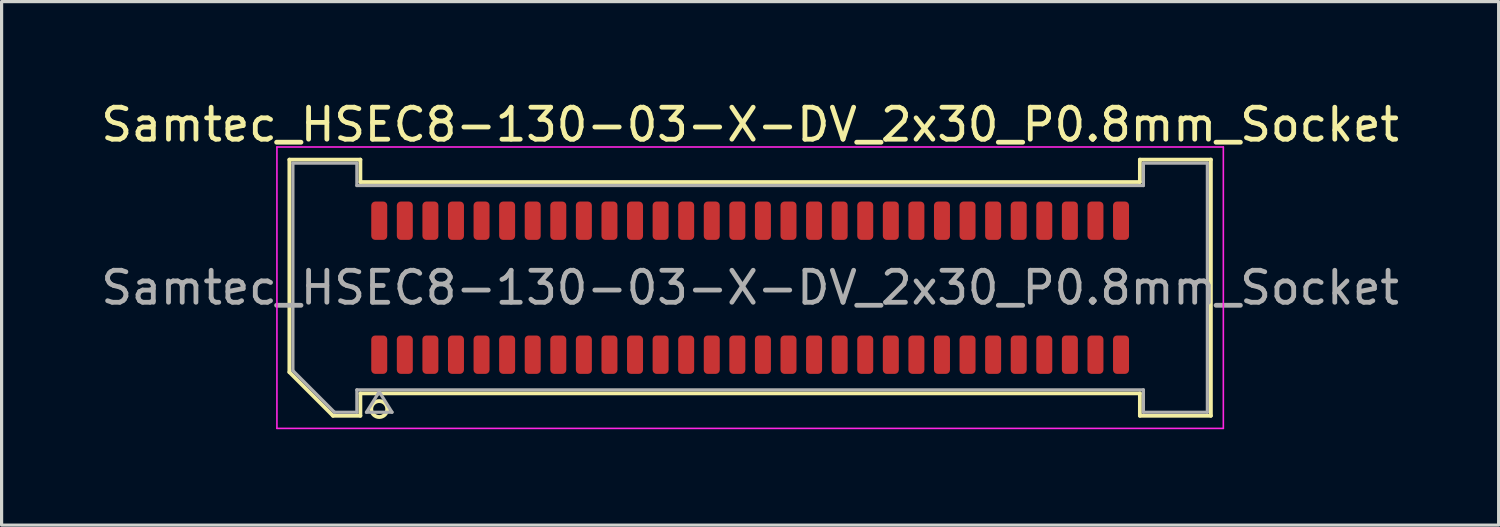
<source format=kicad_pcb>
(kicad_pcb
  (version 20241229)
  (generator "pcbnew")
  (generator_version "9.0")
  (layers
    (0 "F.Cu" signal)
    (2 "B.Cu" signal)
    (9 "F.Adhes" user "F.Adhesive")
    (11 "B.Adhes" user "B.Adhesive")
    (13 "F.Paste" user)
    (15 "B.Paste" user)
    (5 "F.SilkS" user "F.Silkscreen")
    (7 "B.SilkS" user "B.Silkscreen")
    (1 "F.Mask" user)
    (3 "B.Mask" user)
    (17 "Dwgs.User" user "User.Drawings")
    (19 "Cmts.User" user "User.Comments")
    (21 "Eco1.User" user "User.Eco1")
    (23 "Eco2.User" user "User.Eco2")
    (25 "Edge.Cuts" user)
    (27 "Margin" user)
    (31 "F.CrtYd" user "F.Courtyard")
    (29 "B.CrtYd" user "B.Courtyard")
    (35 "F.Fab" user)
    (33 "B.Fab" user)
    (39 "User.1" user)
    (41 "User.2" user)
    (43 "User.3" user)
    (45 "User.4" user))
  (footprint "Samtec_HSEC8-130-03-X-DV_2x30_P0.8mm_Socket"
    (layer "F.Cu")
    (at 20.411 5.948)
    (property "Reference" "Samtec_HSEC8-130-03-X-DV_2x30_P0.8mm_Socket" (at 0 -5.1 0) (layer "F.SilkS") (effects (font (size 1 1) (thickness 0.15))))
    (attr smd)
    (fp_line (start -14.41 -4.005) (end -12.19 -4.005) (stroke (width 0.12) (type solid)) (layer "F.SilkS"))
    (fp_line (start -14.41 2.641) (end -14.41 -4.005) (stroke (width 0.12) (type solid)) (layer "F.SilkS"))
    (fp_line (start -13.046 4.005) (end -14.41 2.641) (stroke (width 0.12) (type solid)) (layer "F.SilkS"))
    (fp_line (start -12.19 -4.005) (end -12.19 -3.305) (stroke (width 0.12) (type solid)) (layer "F.SilkS"))
    (fp_line (start -12.19 -3.305) (end 12.19 -3.305) (stroke (width 0.12) (type solid)) (layer "F.SilkS"))
    (fp_line (start -12.19 3.305) (end -12.19 4.005) (stroke (width 0.12) (type solid)) (layer "F.SilkS"))
    (fp_line (start -12.19 4.005) (end -13.046 4.005) (stroke (width 0.12) (type solid)) (layer "F.SilkS"))
    (fp_line (start 12.19 -4.005) (end 14.41 -4.005) (stroke (width 0.12) (type solid)) (layer "F.SilkS"))
    (fp_line (start 12.19 -3.305) (end 12.19 -4.005) (stroke (width 0.12) (type solid)) (layer "F.SilkS"))
    (fp_line (start 12.19 3.305) (end -12.19 3.305) (stroke (width 0.12) (type solid)) (layer "F.SilkS"))
    (fp_line (start 12.19 4.005) (end 12.19 3.305) (stroke (width 0.12) (type solid)) (layer "F.SilkS"))
    (fp_line (start 14.41 -4.005) (end 14.41 4.005) (stroke (width 0.12) (type solid)) (layer "F.SilkS"))
    (fp_line (start 14.41 4.005) (end 12.19 4.005) (stroke (width 0.12) (type solid)) (layer "F.SilkS"))
    (fp_arc (start -11.35 3.795) (mid -11.85 3.795) (end -11.35 3.795) (stroke (width 0.12) (type solid)) (layer "F.SilkS"))
    (fp_line (start -14.8 -4.4) (end -14.8 4.4) (stroke (width 0.05) (type solid)) (layer "F.CrtYd"))
    (fp_line (start -14.8 4.4) (end 14.8 4.4) (stroke (width 0.05) (type solid)) (layer "F.CrtYd"))
    (fp_line (start 14.8 -4.4) (end -14.8 -4.4) (stroke (width 0.05) (type solid)) (layer "F.CrtYd"))
    (fp_line (start 14.8 4.4) (end 14.8 -4.4) (stroke (width 0.05) (type solid)) (layer "F.CrtYd"))
    (fp_line (start -14.3 -3.895) (end -12.3 -3.895) (stroke (width 0.1) (type solid)) (layer "F.Fab"))
    (fp_line (start -14.3 2.595) (end -14.3 -3.895) (stroke (width 0.1) (type solid)) (layer "F.Fab"))
    (fp_line (start -13 3.895) (end -14.3 2.595) (stroke (width 0.1) (type solid)) (layer "F.Fab"))
    (fp_line (start -12.3 -3.895) (end -12.3 -3.195) (stroke (width 0.1) (type solid)) (layer "F.Fab"))
    (fp_line (start -12.3 -3.195) (end 12.3 -3.195) (stroke (width 0.1) (type solid)) (layer "F.Fab"))
    (fp_line (start -12.3 3.195) (end -12.3 3.895) (stroke (width 0.1) (type solid)) (layer "F.Fab"))
    (fp_line (start -12.3 3.895) (end -13 3.895) (stroke (width 0.1) (type solid)) (layer "F.Fab"))
    (fp_line (start -12 3.895) (end -11.6 3.255) (stroke (width 0.1) (type solid)) (layer "F.Fab"))
    (fp_line (start -11.6 3.255) (end -11.2 3.895) (stroke (width 0.1) (type solid)) (layer "F.Fab"))
    (fp_line (start -11.2 3.895) (end -12 3.895) (stroke (width 0.1) (type solid)) (layer "F.Fab"))
    (fp_line (start 12.3 -3.895) (end 14.3 -3.895) (stroke (width 0.1) (type solid)) (layer "F.Fab"))
    (fp_line (start 12.3 -3.195) (end 12.3 -3.895) (stroke (width 0.1) (type solid)) (layer "F.Fab"))
    (fp_line (start 12.3 3.195) (end -12.3 3.195) (stroke (width 0.1) (type solid)) (layer "F.Fab"))
    (fp_line (start 12.3 3.895) (end 12.3 3.195) (stroke (width 0.1) (type solid)) (layer "F.Fab"))
    (fp_line (start 14.3 -3.895) (end 14.3 3.895) (stroke (width 0.1) (type solid)) (layer "F.Fab"))
    (fp_line (start 14.3 3.895) (end 12.3 3.895) (stroke (width 0.1) (type solid)) (layer "F.Fab"))
    (fp_text user "${REFERENCE}" (at 0 0 0) (layer "F.Fab") (effects (font (size 1 1) (thickness 0.15))))
    (pad "1" smd roundrect (at -11.6 2.095) (size 0.5 1.2) (layers "F.Cu" "F.Mask" "F.Paste") (roundrect_rratio 0.25))
    (pad "2" smd roundrect (at -11.6 -2.095) (size 0.5 1.2) (layers "F.Cu" "F.Mask" "F.Paste") (roundrect_rratio 0.25))
    (pad "3" smd roundrect (at -10.8 2.095) (size 0.5 1.2) (layers "F.Cu" "F.Mask" "F.Paste") (roundrect_rratio 0.25))
    (pad "4" smd roundrect (at -10.8 -2.095) (size 0.5 1.2) (layers "F.Cu" "F.Mask" "F.Paste") (roundrect_rratio 0.25))
    (pad "5" smd roundrect (at -10 2.095) (size 0.5 1.2) (layers "F.Cu" "F.Mask" "F.Paste") (roundrect_rratio 0.25))
    (pad "6" smd roundrect (at -10 -2.095) (size 0.5 1.2) (layers "F.Cu" "F.Mask" "F.Paste") (roundrect_rratio 0.25))
    (pad "7" smd roundrect (at -9.2 2.095) (size 0.5 1.2) (layers "F.Cu" "F.Mask" "F.Paste") (roundrect_rratio 0.25))
    (pad "8" smd roundrect (at -9.2 -2.095) (size 0.5 1.2) (layers "F.Cu" "F.Mask" "F.Paste") (roundrect_rratio 0.25))
    (pad "9" smd roundrect (at -8.4 2.095) (size 0.5 1.2) (layers "F.Cu" "F.Mask" "F.Paste") (roundrect_rratio 0.25))
    (pad "10" smd roundrect (at -8.4 -2.095) (size 0.5 1.2) (layers "F.Cu" "F.Mask" "F.Paste") (roundrect_rratio 0.25))
    (pad "11" smd roundrect (at -7.6 2.095) (size 0.5 1.2) (layers "F.Cu" "F.Mask" "F.Paste") (roundrect_rratio 0.25))
    (pad "12" smd roundrect (at -7.6 -2.095) (size 0.5 1.2) (layers "F.Cu" "F.Mask" "F.Paste") (roundrect_rratio 0.25))
    (pad "13" smd roundrect (at -6.8 2.095) (size 0.5 1.2) (layers "F.Cu" "F.Mask" "F.Paste") (roundrect_rratio 0.25))
    (pad "14" smd roundrect (at -6.8 -2.095) (size 0.5 1.2) (layers "F.Cu" "F.Mask" "F.Paste") (roundrect_rratio 0.25))
    (pad "15" smd roundrect (at -6 2.095) (size 0.5 1.2) (layers "F.Cu" "F.Mask" "F.Paste") (roundrect_rratio 0.25))
    (pad "16" smd roundrect (at -6 -2.095) (size 0.5 1.2) (layers "F.Cu" "F.Mask" "F.Paste") (roundrect_rratio 0.25))
    (pad "17" smd roundrect (at -5.2 2.095) (size 0.5 1.2) (layers "F.Cu" "F.Mask" "F.Paste") (roundrect_rratio 0.25))
    (pad "18" smd roundrect (at -5.2 -2.095) (size 0.5 1.2) (layers "F.Cu" "F.Mask" "F.Paste") (roundrect_rratio 0.25))
    (pad "19" smd roundrect (at -4.4 2.095) (size 0.5 1.2) (layers "F.Cu" "F.Mask" "F.Paste") (roundrect_rratio 0.25))
    (pad "20" smd roundrect (at -4.4 -2.095) (size 0.5 1.2) (layers "F.Cu" "F.Mask" "F.Paste") (roundrect_rratio 0.25))
    (pad "21" smd roundrect (at -3.6 2.095) (size 0.5 1.2) (layers "F.Cu" "F.Mask" "F.Paste") (roundrect_rratio 0.25))
    (pad "22" smd roundrect (at -3.6 -2.095) (size 0.5 1.2) (layers "F.Cu" "F.Mask" "F.Paste") (roundrect_rratio 0.25))
    (pad "23" smd roundrect (at -2.8 2.095) (size 0.5 1.2) (layers "F.Cu" "F.Mask" "F.Paste") (roundrect_rratio 0.25))
    (pad "24" smd roundrect (at -2.8 -2.095) (size 0.5 1.2) (layers "F.Cu" "F.Mask" "F.Paste") (roundrect_rratio 0.25))
    (pad "25" smd roundrect (at -2 2.095) (size 0.5 1.2) (layers "F.Cu" "F.Mask" "F.Paste") (roundrect_rratio 0.25))
    (pad "26" smd roundrect (at -2 -2.095) (size 0.5 1.2) (layers "F.Cu" "F.Mask" "F.Paste") (roundrect_rratio 0.25))
    (pad "27" smd roundrect (at -1.2 2.095) (size 0.5 1.2) (layers "F.Cu" "F.Mask" "F.Paste") (roundrect_rratio 0.25))
    (pad "28" smd roundrect (at -1.2 -2.095) (size 0.5 1.2) (layers "F.Cu" "F.Mask" "F.Paste") (roundrect_rratio 0.25))
    (pad "29" smd roundrect (at -0.4 2.095) (size 0.5 1.2) (layers "F.Cu" "F.Mask" "F.Paste") (roundrect_rratio 0.25))
    (pad "30" smd roundrect (at -0.4 -2.095) (size 0.5 1.2) (layers "F.Cu" "F.Mask" "F.Paste") (roundrect_rratio 0.25))
    (pad "31" smd roundrect (at 0.4 2.095) (size 0.5 1.2) (layers "F.Cu" "F.Mask" "F.Paste") (roundrect_rratio 0.25))
    (pad "32" smd roundrect (at 0.4 -2.095) (size 0.5 1.2) (layers "F.Cu" "F.Mask" "F.Paste") (roundrect_rratio 0.25))
    (pad "33" smd roundrect (at 1.2 2.095) (size 0.5 1.2) (layers "F.Cu" "F.Mask" "F.Paste") (roundrect_rratio 0.25))
    (pad "34" smd roundrect (at 1.2 -2.095) (size 0.5 1.2) (layers "F.Cu" "F.Mask" "F.Paste") (roundrect_rratio 0.25))
    (pad "35" smd roundrect (at 2 2.095) (size 0.5 1.2) (layers "F.Cu" "F.Mask" "F.Paste") (roundrect_rratio 0.25))
    (pad "36" smd roundrect (at 2 -2.095) (size 0.5 1.2) (layers "F.Cu" "F.Mask" "F.Paste") (roundrect_rratio 0.25))
    (pad "37" smd roundrect (at 2.8 2.095) (size 0.5 1.2) (layers "F.Cu" "F.Mask" "F.Paste") (roundrect_rratio 0.25))
    (pad "38" smd roundrect (at 2.8 -2.095) (size 0.5 1.2) (layers "F.Cu" "F.Mask" "F.Paste") (roundrect_rratio 0.25))
    (pad "39" smd roundrect (at 3.6 2.095) (size 0.5 1.2) (layers "F.Cu" "F.Mask" "F.Paste") (roundrect_rratio 0.25))
    (pad "40" smd roundrect (at 3.6 -2.095) (size 0.5 1.2) (layers "F.Cu" "F.Mask" "F.Paste") (roundrect_rratio 0.25))
    (pad "41" smd roundrect (at 4.4 2.095) (size 0.5 1.2) (layers "F.Cu" "F.Mask" "F.Paste") (roundrect_rratio 0.25))
    (pad "42" smd roundrect (at 4.4 -2.095) (size 0.5 1.2) (layers "F.Cu" "F.Mask" "F.Paste") (roundrect_rratio 0.25))
    (pad "43" smd roundrect (at 5.2 2.095) (size 0.5 1.2) (layers "F.Cu" "F.Mask" "F.Paste") (roundrect_rratio 0.25))
    (pad "44" smd roundrect (at 5.2 -2.095) (size 0.5 1.2) (layers "F.Cu" "F.Mask" "F.Paste") (roundrect_rratio 0.25))
    (pad "45" smd roundrect (at 6 2.095) (size 0.5 1.2) (layers "F.Cu" "F.Mask" "F.Paste") (roundrect_rratio 0.25))
    (pad "46" smd roundrect (at 6 -2.095) (size 0.5 1.2) (layers "F.Cu" "F.Mask" "F.Paste") (roundrect_rratio 0.25))
    (pad "47" smd roundrect (at 6.8 2.095) (size 0.5 1.2) (layers "F.Cu" "F.Mask" "F.Paste") (roundrect_rratio 0.25))
    (pad "48" smd roundrect (at 6.8 -2.095) (size 0.5 1.2) (layers "F.Cu" "F.Mask" "F.Paste") (roundrect_rratio 0.25))
    (pad "49" smd roundrect (at 7.6 2.095) (size 0.5 1.2) (layers "F.Cu" "F.Mask" "F.Paste") (roundrect_rratio 0.25))
    (pad "50" smd roundrect (at 7.6 -2.095) (size 0.5 1.2) (layers "F.Cu" "F.Mask" "F.Paste") (roundrect_rratio 0.25))
    (pad "51" smd roundrect (at 8.4 2.095) (size 0.5 1.2) (layers "F.Cu" "F.Mask" "F.Paste") (roundrect_rratio 0.25))
    (pad "52" smd roundrect (at 8.4 -2.095) (size 0.5 1.2) (layers "F.Cu" "F.Mask" "F.Paste") (roundrect_rratio 0.25))
    (pad "53" smd roundrect (at 9.2 2.095) (size 0.5 1.2) (layers "F.Cu" "F.Mask" "F.Paste") (roundrect_rratio 0.25))
    (pad "54" smd roundrect (at 9.2 -2.095) (size 0.5 1.2) (layers "F.Cu" "F.Mask" "F.Paste") (roundrect_rratio 0.25))
    (pad "55" smd roundrect (at 10 2.095) (size 0.5 1.2) (layers "F.Cu" "F.Mask" "F.Paste") (roundrect_rratio 0.25))
    (pad "56" smd roundrect (at 10 -2.095) (size 0.5 1.2) (layers "F.Cu" "F.Mask" "F.Paste") (roundrect_rratio 0.25))
    (pad "57" smd roundrect (at 10.8 2.095) (size 0.5 1.2) (layers "F.Cu" "F.Mask" "F.Paste") (roundrect_rratio 0.25))
    (pad "58" smd roundrect (at 10.8 -2.095) (size 0.5 1.2) (layers "F.Cu" "F.Mask" "F.Paste") (roundrect_rratio 0.25))
    (pad "59" smd roundrect (at 11.6 2.095) (size 0.5 1.2) (layers "F.Cu" "F.Mask" "F.Paste") (roundrect_rratio 0.25))
    (pad "60" smd roundrect (at 11.6 -2.095) (size 0.5 1.2) (layers "F.Cu" "F.Mask" "F.Paste") (roundrect_rratio 0.25)))
  (gr_rect
    (start -3 -3)
    (end 43.821 13.373)
    (stroke (width 0.1) (type default))
    (fill no)
    (layer "Edge.Cuts")))
</source>
